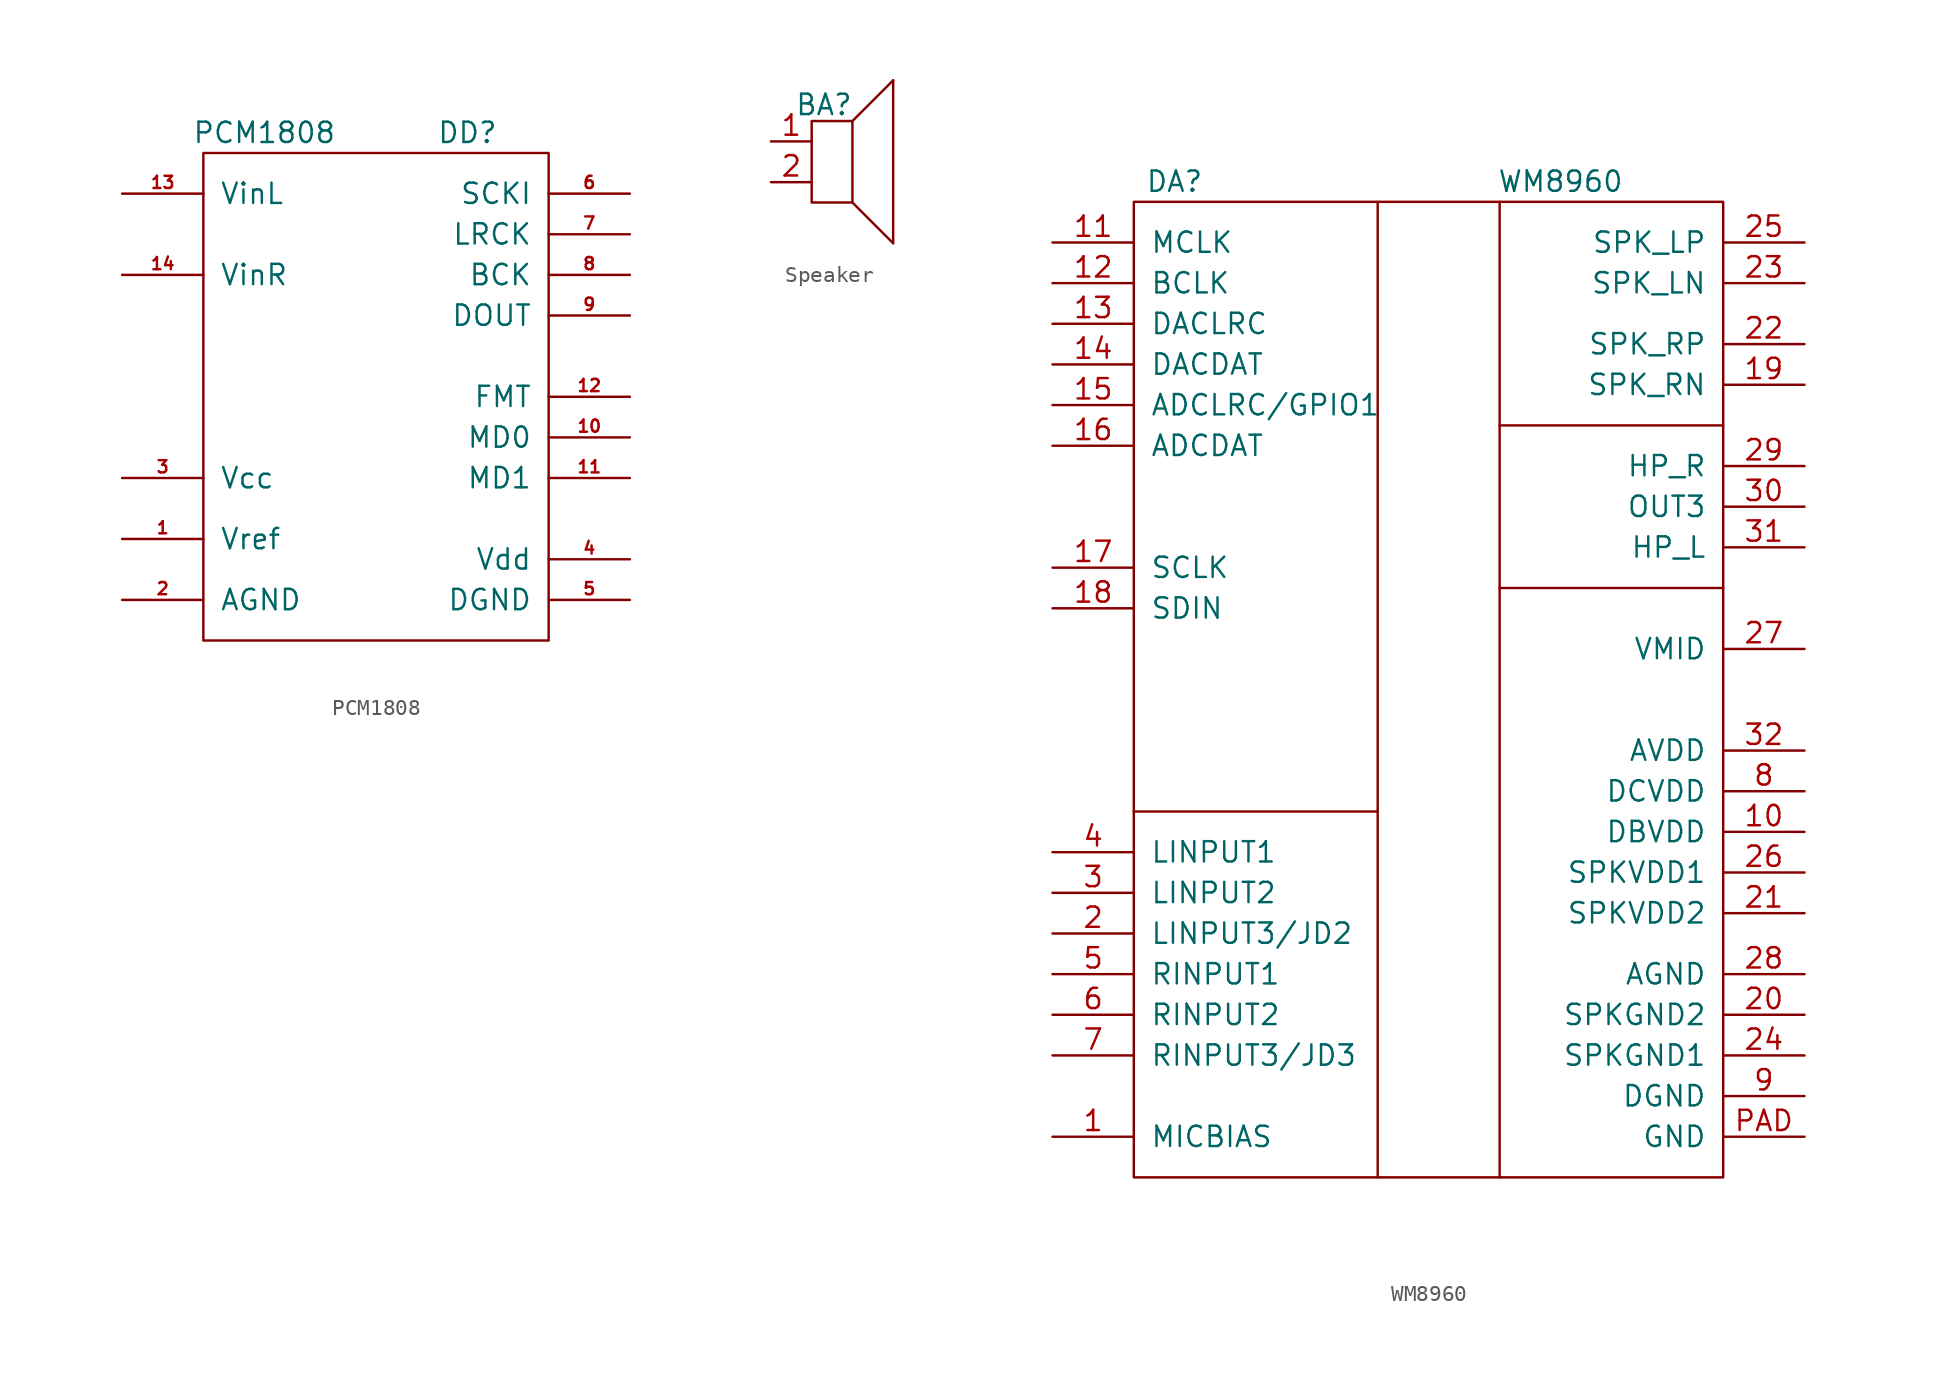
<source format=kicad_sym>
(kicad_symbol_lib
  (version 20231120)
  (generator "kicad_symbol_editor")
  (generator_version "8.0")
  (symbol "PCM1808"
    (pin_names
      (offset 1.016))
    (property "Reference" "DD"
      (at 6.35 16.51 0)
      (effects (font (size 1.27 1.27))))
    (property "Value" "PCM1808"
      (at -6.35 16.51 0)
      (effects (font (size 1.27 1.27))))
    (symbol "PCM1808_0_0"
      (pin passive line (at -15.24 -8.89 0) (length 5.08) (name "Vref" (effects (font (size 1.27 1.27)))) (number "1" (effects (font (size 0.762 0.762)))))
      (pin passive line (at 16.51 -2.54 180) (length 5.08) (name "MD0" (effects (font (size 1.27 1.27)))) (number "10" (effects (font (size 0.762 0.762)))))
      (pin passive line (at 16.51 -5.08 180) (length 5.08) (name "MD1" (effects (font (size 1.27 1.27)))) (number "11" (effects (font (size 0.762 0.762)))))
      (pin passive line (at 16.51 0 180) (length 5.08) (name "FMT" (effects (font (size 1.27 1.27)))) (number "12" (effects (font (size 0.762 0.762)))))
      (pin passive line (at -15.24 12.7 0) (length 5.08) (name "VinL" (effects (font (size 1.27 1.27)))) (number "13" (effects (font (size 0.762 0.762)))))
      (pin passive line (at -15.24 7.62 0) (length 5.08) (name "VinR" (effects (font (size 1.27 1.27)))) (number "14" (effects (font (size 0.762 0.762)))))
      (pin power_in line (at -15.24 -12.7 0) (length 5.08) (name "AGND" (effects (font (size 1.27 1.27)))) (number "2" (effects (font (size 0.762 0.762)))))
      (pin power_in line (at -15.24 -5.08 0) (length 5.08) (name "Vcc" (effects (font (size 1.27 1.27)))) (number "3" (effects (font (size 0.762 0.762)))))
      (pin power_in line (at 16.51 -10.16 180) (length 5.08) (name "Vdd" (effects (font (size 1.27 1.27)))) (number "4" (effects (font (size 0.762 0.762)))))
      (pin power_in line (at 16.51 -12.7 180) (length 5.08) (name "DGND" (effects (font (size 1.27 1.27)))) (number "5" (effects (font (size 0.762 0.762)))))
      (pin passive line (at 16.51 12.7 180) (length 5.08) (name "SCKI" (effects (font (size 1.27 1.27)))) (number "6" (effects (font (size 0.762 0.762)))))
      (pin passive line (at 16.51 10.16 180) (length 5.08) (name "LRCK" (effects (font (size 1.27 1.27)))) (number "7" (effects (font (size 0.762 0.762)))))
      (pin passive line (at 16.51 7.62 180) (length 5.08) (name "BCK" (effects (font (size 1.27 1.27)))) (number "8" (effects (font (size 0.762 0.762)))))
      (pin passive line (at 16.51 5.08 180) (length 5.08) (name "DOUT" (effects (font (size 1.27 1.27)))) (number "9" (effects (font (size 0.762 0.762))))))
    (symbol "PCM1808_0_1"
      (rectangle (start -10.16 15.24) (end 11.43 -15.24) (stroke (width 0) (type default)) (fill (type none)))))
  (symbol "Speaker"
    (pin_names hide)
    (property "Reference" "BA"
      (at -0.508 3.556 0)
      (effects (font (size 1.27 1.27))))
    (property "Value" ""
      (at 0 0 0)
      (effects (font (size 1.27 1.27))))
    (symbol "Speaker_0_1"
      (polyline (pts (xy 1.27 2.54) (xy 1.27 -2.54)) (stroke (width 0) (type default)) (fill (type none)))
      (polyline (pts (xy 3.81 -5.08) (xy 1.27 -2.54) (xy -1.27 -2.54) (xy -1.27 1.27) (xy -1.27 2.54) (xy 1.27 2.54) (xy 3.81 5.08)) (stroke (width 0) (type default)) (fill (type none)))
      (rectangle (start 3.81 5.08) (end 3.81 -5.08) (stroke (width 0) (type default)) (fill (type none))))
    (symbol "Speaker_1_1"
      (pin passive line (at -3.81 1.27 0) (length 2.54) (name "1" (effects (font (size 1.27 1.27)))) (number "1" (effects (font (size 1.27 1.27)))))
      (pin passive line (at -3.81 -1.27 0) (length 2.54) (name "2" (effects (font (size 1.27 1.27)))) (number "2" (effects (font (size 1.27 1.27)))))))
  (symbol "WM8960"
    (pin_names
      (offset 1.016))
    (property "Reference" "DA"
      (at -16.51 31.75 0)
      (effects (font (size 1.27 1.27))))
    (property "Value" "WM8960"
      (at 7.62 31.75 0)
      (effects (font (size 1.27 1.27))))
    (symbol "WM8960_0_1"
      (rectangle (start -19.05 30.48) (end 17.78 -30.48) (stroke (width 0) (type default)) (fill (type none)))
      (polyline (pts (xy -19.05 -7.62) (xy -3.81 -7.62)) (stroke (width 0) (type default)) (fill (type none)))
      (polyline (pts (xy -3.81 30.48) (xy -3.81 -30.48)) (stroke (width 0) (type default)) (fill (type none)))
      (polyline (pts (xy 3.81 -30.48) (xy 3.81 30.48)) (stroke (width 0) (type default)) (fill (type none)))
      (polyline (pts (xy 17.78 6.35) (xy 3.81 6.35)) (stroke (width 0) (type default)) (fill (type none)))
      (polyline (pts (xy 17.78 16.51) (xy 3.81 16.51)) (stroke (width 0) (type default)) (fill (type none))))
    (symbol "WM8960_1_1"
      (pin passive line (at -24.13 -27.94 0) (length 5.08) (name "MICBIAS" (effects (font (size 1.27 1.27)))) (number "1" (effects (font (size 1.27 1.27)))))
      (pin power_in line (at 22.86 -8.89 180) (length 5.08) (name "DBVDD" (effects (font (size 1.27 1.27)))) (number "10" (effects (font (size 1.27 1.27)))))
      (pin passive line (at -24.13 27.94 0) (length 5.08) (name "MCLK" (effects (font (size 1.27 1.27)))) (number "11" (effects (font (size 1.27 1.27)))))
      (pin passive line (at -24.13 25.4 0) (length 5.08) (name "BCLK" (effects (font (size 1.27 1.27)))) (number "12" (effects (font (size 1.27 1.27)))))
      (pin passive line (at -24.13 22.86 0) (length 5.08) (name "DACLRC" (effects (font (size 1.27 1.27)))) (number "13" (effects (font (size 1.27 1.27)))))
      (pin passive line (at -24.13 20.32 0) (length 5.08) (name "DACDAT" (effects (font (size 1.27 1.27)))) (number "14" (effects (font (size 1.27 1.27)))))
      (pin passive line (at -24.13 17.78 0) (length 5.08) (name "ADCLRC/GPIO1" (effects (font (size 1.27 1.27)))) (number "15" (effects (font (size 1.27 1.27)))))
      (pin passive line (at -24.13 15.24 0) (length 5.08) (name "ADCDAT" (effects (font (size 1.27 1.27)))) (number "16" (effects (font (size 1.27 1.27)))))
      (pin passive line (at -24.13 7.62 0) (length 5.08) (name "SCLK" (effects (font (size 1.27 1.27)))) (number "17" (effects (font (size 1.27 1.27)))))
      (pin passive line (at -24.13 5.08 0) (length 5.08) (name "SDIN" (effects (font (size 1.27 1.27)))) (number "18" (effects (font (size 1.27 1.27)))))
      (pin passive line (at 22.86 19.05 180) (length 5.08) (name "SPK_RN" (effects (font (size 1.27 1.27)))) (number "19" (effects (font (size 1.27 1.27)))))
      (pin passive line (at -24.13 -15.24 0) (length 5.08) (name "LINPUT3/JD2" (effects (font (size 1.27 1.27)))) (number "2" (effects (font (size 1.27 1.27)))))
      (pin power_in line (at 22.86 -20.32 180) (length 5.08) (name "SPKGND2" (effects (font (size 1.27 1.27)))) (number "20" (effects (font (size 1.27 1.27)))))
      (pin power_in line (at 22.86 -13.97 180) (length 5.08) (name "SPKVDD2" (effects (font (size 1.27 1.27)))) (number "21" (effects (font (size 1.27 1.27)))))
      (pin passive line (at 22.86 21.59 180) (length 5.08) (name "SPK_RP" (effects (font (size 1.27 1.27)))) (number "22" (effects (font (size 1.27 1.27)))))
      (pin passive line (at 22.86 25.4 180) (length 5.08) (name "SPK_LN" (effects (font (size 1.27 1.27)))) (number "23" (effects (font (size 1.27 1.27)))))
      (pin power_in line (at 22.86 -22.86 180) (length 5.08) (name "SPKGND1" (effects (font (size 1.27 1.27)))) (number "24" (effects (font (size 1.27 1.27)))))
      (pin passive line (at 22.86 27.94 180) (length 5.08) (name "SPK_LP" (effects (font (size 1.27 1.27)))) (number "25" (effects (font (size 1.27 1.27)))))
      (pin power_in line (at 22.86 -11.43 180) (length 5.08) (name "SPKVDD1" (effects (font (size 1.27 1.27)))) (number "26" (effects (font (size 1.27 1.27)))))
      (pin passive line (at 22.86 2.54 180) (length 5.08) (name "VMID" (effects (font (size 1.27 1.27)))) (number "27" (effects (font (size 1.27 1.27)))))
      (pin power_in line (at 22.86 -17.78 180) (length 5.08) (name "AGND" (effects (font (size 1.27 1.27)))) (number "28" (effects (font (size 1.27 1.27)))))
      (pin passive line (at 22.86 13.97 180) (length 5.08) (name "HP_R" (effects (font (size 1.27 1.27)))) (number "29" (effects (font (size 1.27 1.27)))))
      (pin passive line (at -24.13 -12.7 0) (length 5.08) (name "LINPUT2" (effects (font (size 1.27 1.27)))) (number "3" (effects (font (size 1.27 1.27)))))
      (pin passive line (at 22.86 11.43 180) (length 5.08) (name "OUT3" (effects (font (size 1.27 1.27)))) (number "30" (effects (font (size 1.27 1.27)))))
      (pin passive line (at 22.86 8.89 180) (length 5.08) (name "HP_L" (effects (font (size 1.27 1.27)))) (number "31" (effects (font (size 1.27 1.27)))))
      (pin power_in line (at 22.86 -3.81 180) (length 5.08) (name "AVDD" (effects (font (size 1.27 1.27)))) (number "32" (effects (font (size 1.27 1.27)))))
      (pin passive line (at -24.13 -10.16 0) (length 5.08) (name "LINPUT1" (effects (font (size 1.27 1.27)))) (number "4" (effects (font (size 1.27 1.27)))))
      (pin passive line (at -24.13 -17.78 0) (length 5.08) (name "RINPUT1" (effects (font (size 1.27 1.27)))) (number "5" (effects (font (size 1.27 1.27)))))
      (pin passive line (at -24.13 -20.32 0) (length 5.08) (name "RINPUT2" (effects (font (size 1.27 1.27)))) (number "6" (effects (font (size 1.27 1.27)))))
      (pin passive line (at -24.13 -22.86 0) (length 5.08) (name "RINPUT3/JD3" (effects (font (size 1.27 1.27)))) (number "7" (effects (font (size 1.27 1.27)))))
      (pin power_in line (at 22.86 -6.35 180) (length 5.08) (name "DCVDD" (effects (font (size 1.27 1.27)))) (number "8" (effects (font (size 1.27 1.27)))))
      (pin power_in line (at 22.86 -25.4 180) (length 5.08) (name "DGND" (effects (font (size 1.27 1.27)))) (number "9" (effects (font (size 1.27 1.27)))))
      (pin power_in line (at 22.86 -27.94 180) (length 5.08) (name "GND" (effects (font (size 1.27 1.27)))) (number "PAD" (effects (font (size 1.27 1.27))))))))
</source>
